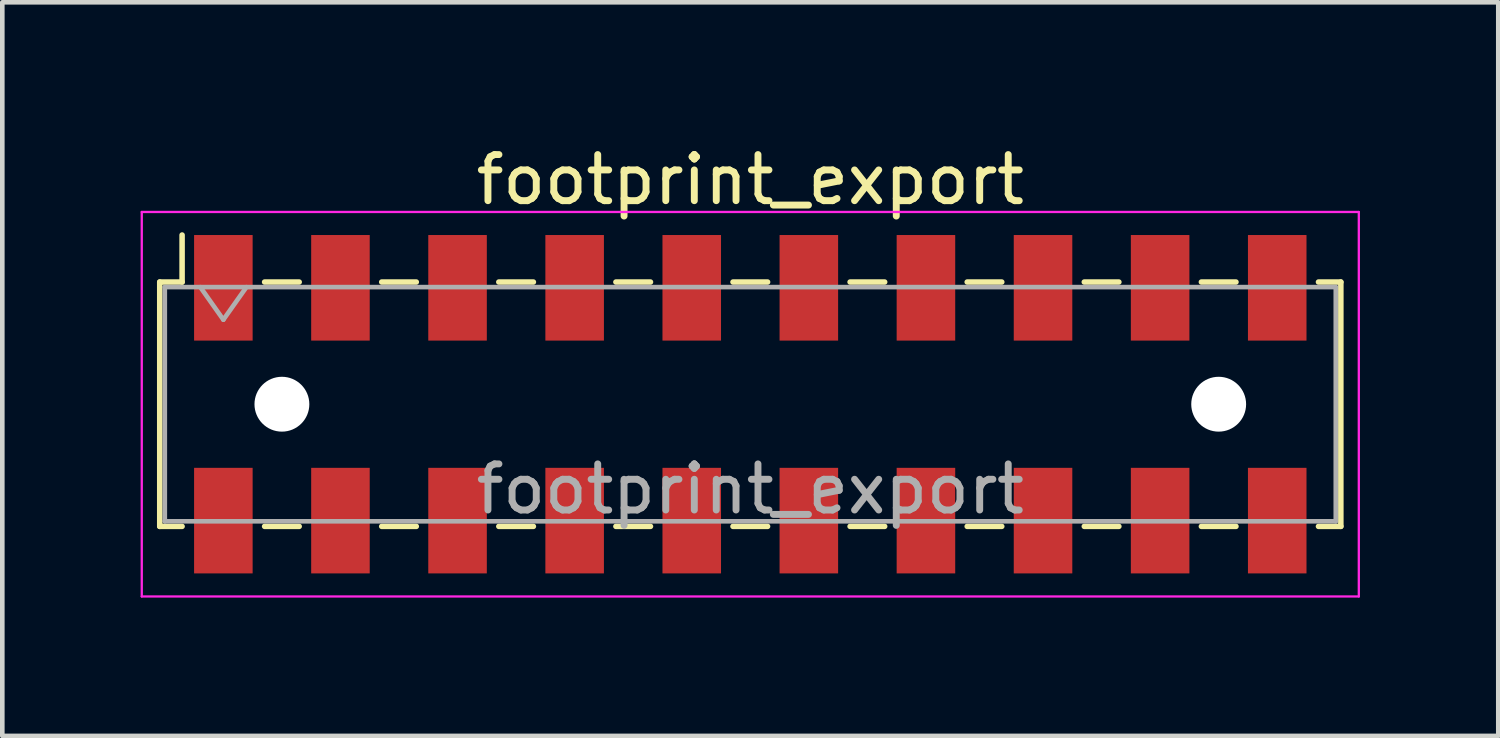
<source format=kicad_pcb>
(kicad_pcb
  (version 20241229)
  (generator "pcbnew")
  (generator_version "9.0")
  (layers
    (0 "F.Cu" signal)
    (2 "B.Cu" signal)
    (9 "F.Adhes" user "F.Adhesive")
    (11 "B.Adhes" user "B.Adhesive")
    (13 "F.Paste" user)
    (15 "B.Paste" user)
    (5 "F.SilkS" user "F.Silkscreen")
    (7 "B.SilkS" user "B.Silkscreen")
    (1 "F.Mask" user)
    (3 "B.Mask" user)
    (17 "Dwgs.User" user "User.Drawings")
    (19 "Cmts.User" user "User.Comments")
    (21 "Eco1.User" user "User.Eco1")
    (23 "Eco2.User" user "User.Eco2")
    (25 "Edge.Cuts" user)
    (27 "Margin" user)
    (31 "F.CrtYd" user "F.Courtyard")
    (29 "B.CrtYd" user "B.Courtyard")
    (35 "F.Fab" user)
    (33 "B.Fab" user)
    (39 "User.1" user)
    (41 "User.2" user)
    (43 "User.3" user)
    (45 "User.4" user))
  (footprint "footprint_export"
    (layer "F.Cu")
    (at 13.225 5.718)
    (property "Reference" "footprint_export" (at 0 -4.87 0) (layer "F.SilkS") (effects (font (size 1 1) (thickness 0.15))))
    (attr smd)
    (fp_line (start -12.81 -2.65) (end -12.81 2.65) (stroke (width 0.12) (type solid)) (layer "F.SilkS"))
    (fp_line (start -12.81 2.65) (end -12.325 2.65) (stroke (width 0.12) (type solid)) (layer "F.SilkS"))
    (fp_line (start -12.325 -3.67) (end -12.325 -2.65) (stroke (width 0.12) (type solid)) (layer "F.SilkS"))
    (fp_line (start -12.325 -2.65) (end -12.81 -2.65) (stroke (width 0.12) (type solid)) (layer "F.SilkS"))
    (fp_line (start -10.535 -2.65) (end -9.785 -2.65) (stroke (width 0.12) (type solid)) (layer "F.SilkS"))
    (fp_line (start -10.535 2.65) (end -9.785 2.65) (stroke (width 0.12) (type solid)) (layer "F.SilkS"))
    (fp_line (start -7.995 -2.65) (end -7.245 -2.65) (stroke (width 0.12) (type solid)) (layer "F.SilkS"))
    (fp_line (start -7.995 2.65) (end -7.245 2.65) (stroke (width 0.12) (type solid)) (layer "F.SilkS"))
    (fp_line (start -5.455 -2.65) (end -4.705 -2.65) (stroke (width 0.12) (type solid)) (layer "F.SilkS"))
    (fp_line (start -5.455 2.65) (end -4.705 2.65) (stroke (width 0.12) (type solid)) (layer "F.SilkS"))
    (fp_line (start -2.915 -2.65) (end -2.165 -2.65) (stroke (width 0.12) (type solid)) (layer "F.SilkS"))
    (fp_line (start -2.915 2.65) (end -2.165 2.65) (stroke (width 0.12) (type solid)) (layer "F.SilkS"))
    (fp_line (start -0.375 -2.65) (end 0.375 -2.65) (stroke (width 0.12) (type solid)) (layer "F.SilkS"))
    (fp_line (start -0.375 2.65) (end 0.375 2.65) (stroke (width 0.12) (type solid)) (layer "F.SilkS"))
    (fp_line (start 2.165 -2.65) (end 2.915 -2.65) (stroke (width 0.12) (type solid)) (layer "F.SilkS"))
    (fp_line (start 2.165 2.65) (end 2.915 2.65) (stroke (width 0.12) (type solid)) (layer "F.SilkS"))
    (fp_line (start 4.705 -2.65) (end 5.455 -2.65) (stroke (width 0.12) (type solid)) (layer "F.SilkS"))
    (fp_line (start 4.705 2.65) (end 5.455 2.65) (stroke (width 0.12) (type solid)) (layer "F.SilkS"))
    (fp_line (start 7.245 -2.65) (end 7.995 -2.65) (stroke (width 0.12) (type solid)) (layer "F.SilkS"))
    (fp_line (start 7.245 2.65) (end 7.995 2.65) (stroke (width 0.12) (type solid)) (layer "F.SilkS"))
    (fp_line (start 9.785 -2.65) (end 10.535 -2.65) (stroke (width 0.12) (type solid)) (layer "F.SilkS"))
    (fp_line (start 9.785 2.65) (end 10.535 2.65) (stroke (width 0.12) (type solid)) (layer "F.SilkS"))
    (fp_line (start 12.325 -2.65) (end 12.81 -2.65) (stroke (width 0.12) (type solid)) (layer "F.SilkS"))
    (fp_line (start 12.81 -2.65) (end 12.81 2.65) (stroke (width 0.12) (type solid)) (layer "F.SilkS"))
    (fp_line (start 12.81 2.65) (end 12.325 2.65) (stroke (width 0.12) (type solid)) (layer "F.SilkS"))
    (fp_line (start -13.2 -4.17) (end 13.2 -4.17) (stroke (width 0.05) (type solid)) (layer "F.CrtYd"))
    (fp_line (start -13.2 4.17) (end -13.2 -4.17) (stroke (width 0.05) (type solid)) (layer "F.CrtYd"))
    (fp_line (start 13.2 -4.17) (end 13.2 4.17) (stroke (width 0.05) (type solid)) (layer "F.CrtYd"))
    (fp_line (start 13.2 4.17) (end -13.2 4.17) (stroke (width 0.05) (type solid)) (layer "F.CrtYd"))
    (fp_line (start -12.7 -2.54) (end 12.7 -2.54) (stroke (width 0.1) (type solid)) (layer "F.Fab"))
    (fp_line (start -12.7 2.54) (end -12.7 -2.54) (stroke (width 0.1) (type solid)) (layer "F.Fab"))
    (fp_line (start -11.93 -2.54) (end -11.43 -1.833) (stroke (width 0.1) (type solid)) (layer "F.Fab"))
    (fp_line (start -11.43 -1.833) (end -10.93 -2.54) (stroke (width 0.1) (type solid)) (layer "F.Fab"))
    (fp_line (start 12.7 -2.54) (end 12.7 2.54) (stroke (width 0.1) (type solid)) (layer "F.Fab"))
    (fp_line (start 12.7 2.54) (end -12.7 2.54) (stroke (width 0.1) (type solid)) (layer "F.Fab"))
    (fp_text user "${REFERENCE}" (at 0 1.84 0) (layer "F.Fab") (effects (font (size 1 1) (thickness 0.15))))
    (pad "" np_thru_hole circle (at -10.16 0) (size 1.19 1.19) (drill 1.19) (layers "*.Cu" "*.Mask"))
    (pad "" np_thru_hole circle (at 10.16 0) (size 1.19 1.19) (drill 1.19) (layers "*.Cu" "*.Mask"))
    (pad "1" smd rect (at -11.43 -2.525) (size 1.27 2.29) (layers "F.Cu" "F.Mask" "F.Paste"))
    (pad "2" smd rect (at -11.43 2.525) (size 1.27 2.29) (layers "F.Cu" "F.Mask" "F.Paste"))
    (pad "3" smd rect (at -8.89 -2.525) (size 1.27 2.29) (layers "F.Cu" "F.Mask" "F.Paste"))
    (pad "4" smd rect (at -8.89 2.525) (size 1.27 2.29) (layers "F.Cu" "F.Mask" "F.Paste"))
    (pad "5" smd rect (at -6.35 -2.525) (size 1.27 2.29) (layers "F.Cu" "F.Mask" "F.Paste"))
    (pad "6" smd rect (at -6.35 2.525) (size 1.27 2.29) (layers "F.Cu" "F.Mask" "F.Paste"))
    (pad "7" smd rect (at -3.81 -2.525) (size 1.27 2.29) (layers "F.Cu" "F.Mask" "F.Paste"))
    (pad "8" smd rect (at -3.81 2.525) (size 1.27 2.29) (layers "F.Cu" "F.Mask" "F.Paste"))
    (pad "9" smd rect (at -1.27 -2.525) (size 1.27 2.29) (layers "F.Cu" "F.Mask" "F.Paste"))
    (pad "10" smd rect (at -1.27 2.525) (size 1.27 2.29) (layers "F.Cu" "F.Mask" "F.Paste"))
    (pad "11" smd rect (at 1.27 -2.525) (size 1.27 2.29) (layers "F.Cu" "F.Mask" "F.Paste"))
    (pad "12" smd rect (at 1.27 2.525) (size 1.27 2.29) (layers "F.Cu" "F.Mask" "F.Paste"))
    (pad "13" smd rect (at 3.81 -2.525) (size 1.27 2.29) (layers "F.Cu" "F.Mask" "F.Paste"))
    (pad "14" smd rect (at 3.81 2.525) (size 1.27 2.29) (layers "F.Cu" "F.Mask" "F.Paste"))
    (pad "15" smd rect (at 6.35 -2.525) (size 1.27 2.29) (layers "F.Cu" "F.Mask" "F.Paste"))
    (pad "16" smd rect (at 6.35 2.525) (size 1.27 2.29) (layers "F.Cu" "F.Mask" "F.Paste"))
    (pad "17" smd rect (at 8.89 -2.525) (size 1.27 2.29) (layers "F.Cu" "F.Mask" "F.Paste"))
    (pad "18" smd rect (at 8.89 2.525) (size 1.27 2.29) (layers "F.Cu" "F.Mask" "F.Paste"))
    (pad "19" smd rect (at 11.43 -2.525) (size 1.27 2.29) (layers "F.Cu" "F.Mask" "F.Paste"))
    (pad "20" smd rect (at 11.43 2.525) (size 1.27 2.29) (layers "F.Cu" "F.Mask" "F.Paste")))
  (gr_rect
    (start -3 -3)
    (end 29.45 12.913)
    (stroke (width 0.1) (type default))
    (fill no)
    (layer "Edge.Cuts")))
</source>
